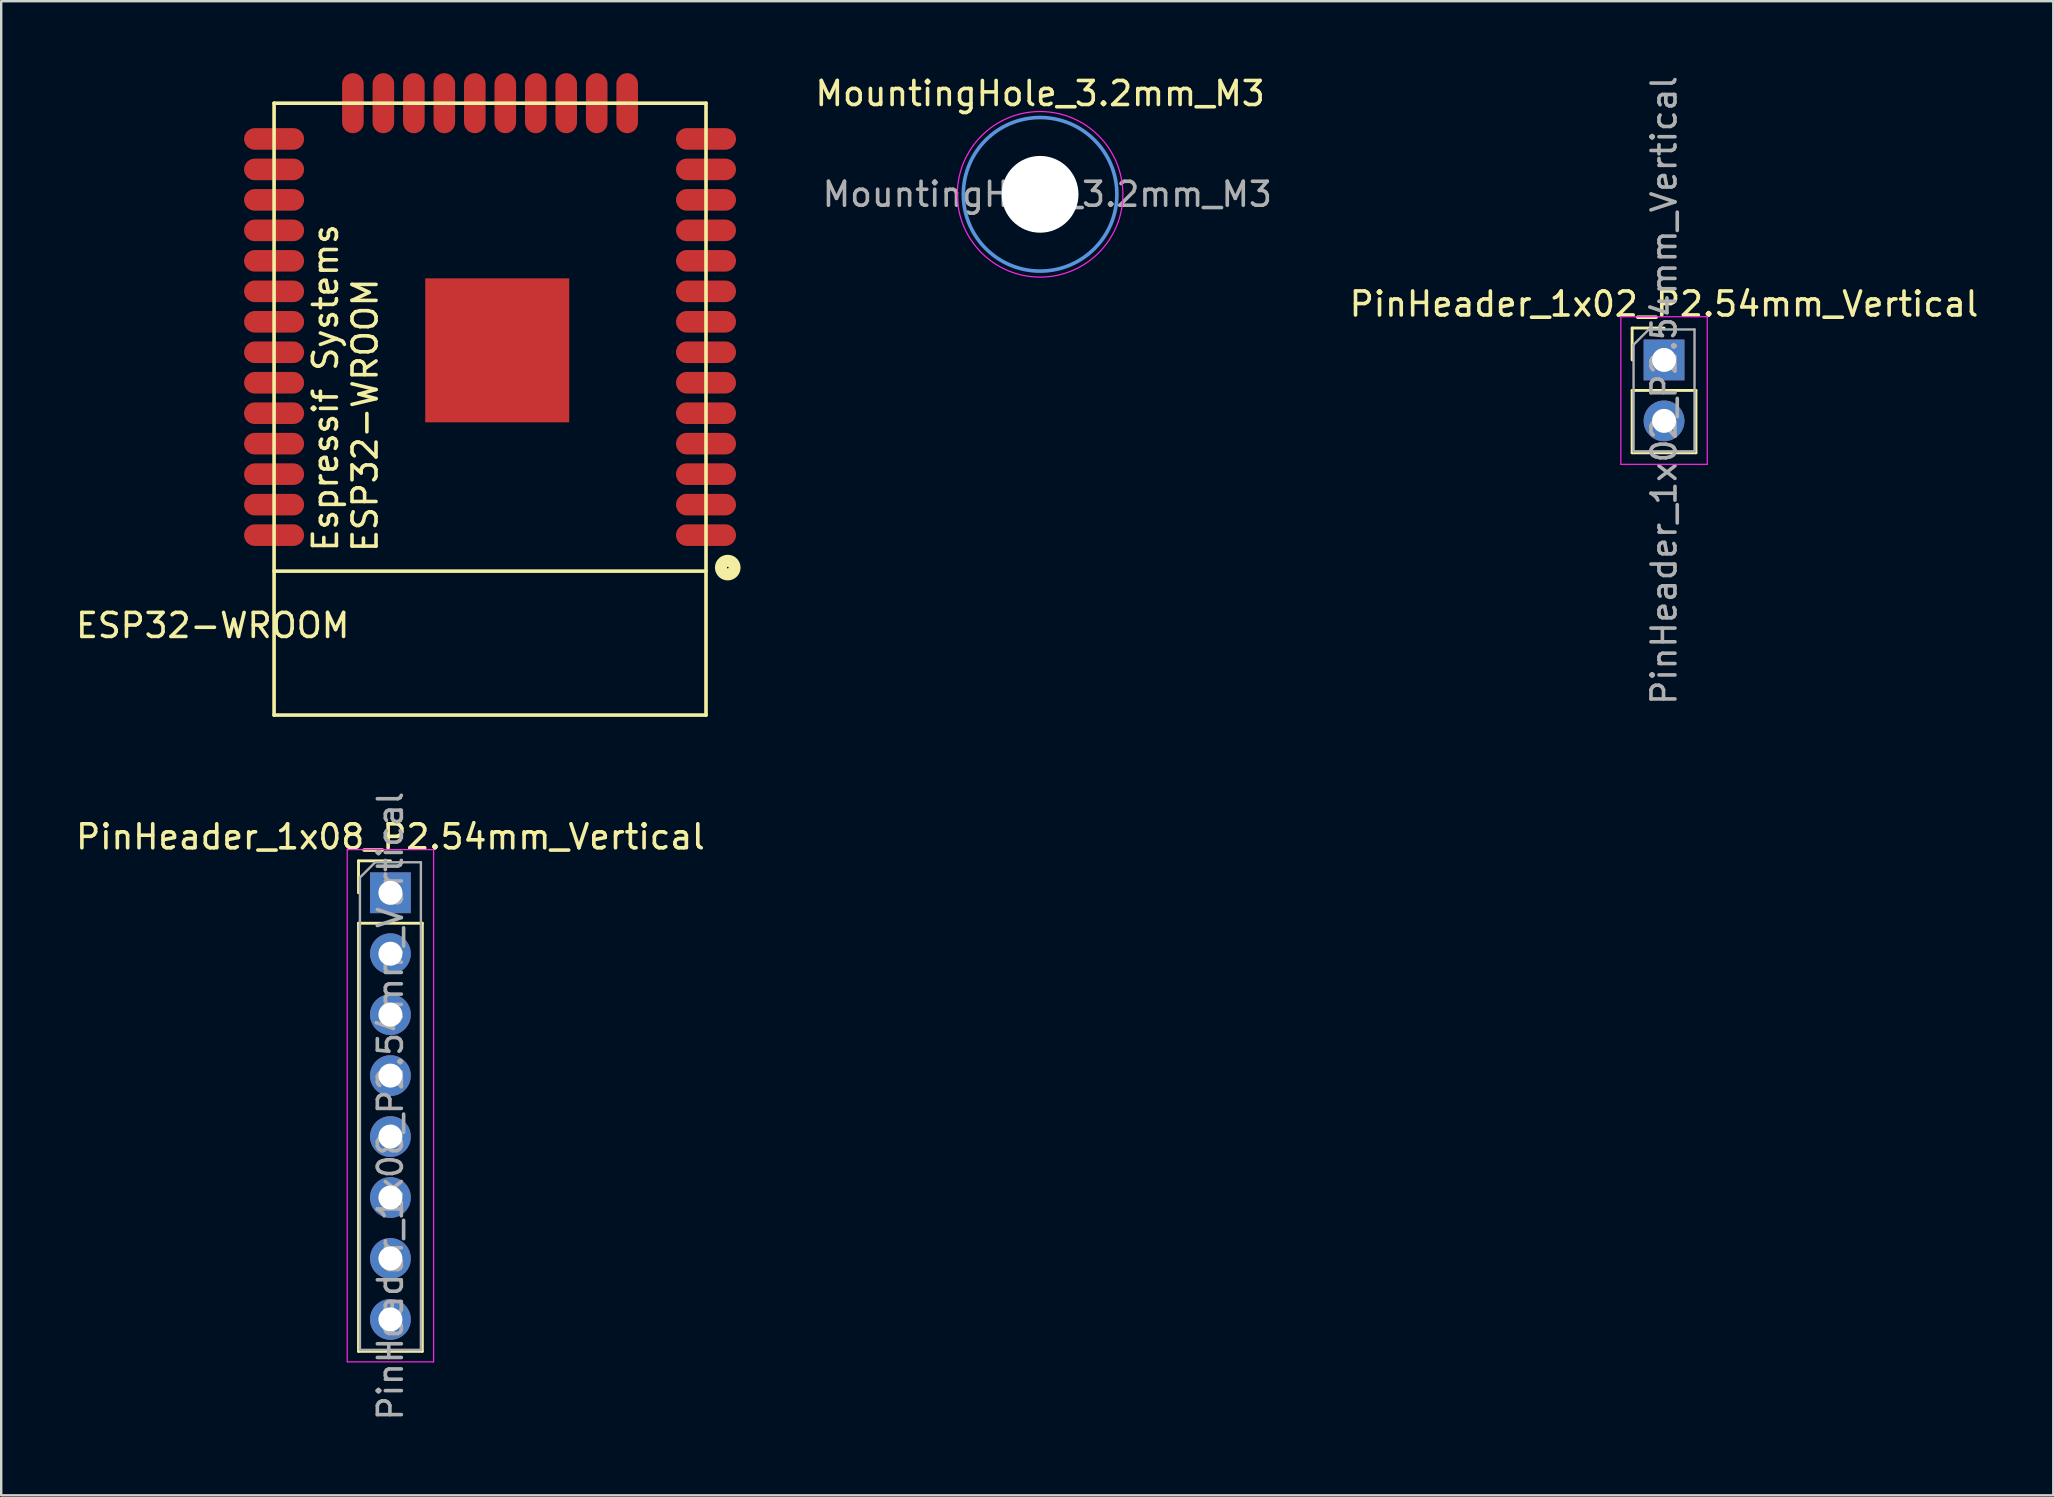
<source format=kicad_pcb>
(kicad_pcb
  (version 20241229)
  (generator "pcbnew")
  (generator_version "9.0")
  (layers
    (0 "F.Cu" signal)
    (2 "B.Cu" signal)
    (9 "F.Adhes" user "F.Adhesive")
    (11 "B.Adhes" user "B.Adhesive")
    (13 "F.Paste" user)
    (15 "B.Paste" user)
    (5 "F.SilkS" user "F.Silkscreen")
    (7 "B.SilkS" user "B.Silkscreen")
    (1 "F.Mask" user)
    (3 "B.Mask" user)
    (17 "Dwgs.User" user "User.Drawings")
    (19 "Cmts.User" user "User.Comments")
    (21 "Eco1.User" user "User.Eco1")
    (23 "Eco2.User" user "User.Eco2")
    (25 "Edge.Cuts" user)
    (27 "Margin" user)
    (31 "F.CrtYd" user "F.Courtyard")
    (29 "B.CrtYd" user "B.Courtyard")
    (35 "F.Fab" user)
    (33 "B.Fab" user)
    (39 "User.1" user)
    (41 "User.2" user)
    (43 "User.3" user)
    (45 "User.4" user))
  (footprint "ESP32-WROOM"
    (layer "F.Cu")
    (at 17.372 14)
    (property "Reference" "ESP32-WROOM" (at -11.557 9.017 0) (layer "F.SilkS") (effects (font (size 1 1) (thickness 0.15))))
    (attr through_hole)
    (fp_line (start -9 -12.75) (end 9 -12.75) (stroke (width 0.15) (type solid)) (layer "F.SilkS"))
    (fp_line (start -9 6.75) (end 9 6.75) (stroke (width 0.15) (type solid)) (layer "F.SilkS"))
    (fp_line (start -9 12.75) (end -9 -12.75) (stroke (width 0.15) (type solid)) (layer "F.SilkS"))
    (fp_line (start -9 12.75) (end 9 12.75) (stroke (width 0.15) (type solid)) (layer "F.SilkS"))
    (fp_line (start 9 12.75) (end 9 -12.75) (stroke (width 0.15) (type solid)) (layer "F.SilkS"))
    (fp_circle (center 9.906 6.604) (end 10.033 6.858) (stroke (width 0.5) (type solid)) (fill no) (layer "F.SilkS"))
    (fp_text user "ESP32-WROOM" (at -5.207 0.254 90) (layer "F.SilkS") (effects (font (size 1 1) (thickness 0.15))))
    (fp_text user "Espressif Systems" (at -6.858 -0.889 90) (layer "F.SilkS") (effects (font (size 1 1) (thickness 0.15))))
    (pad "1" smd oval (at 9 5.25) (size 2.5 0.9) (layers "F.Cu" "F.Mask" "F.Paste"))
    (pad "2" smd oval (at 9 3.98) (size 2.5 0.9) (layers "F.Cu" "F.Mask" "F.Paste"))
    (pad "3" smd oval (at 9 2.71) (size 2.5 0.9) (layers "F.Cu" "F.Mask" "F.Paste"))
    (pad "4" smd oval (at 9 1.44) (size 2.5 0.9) (layers "F.Cu" "F.Mask" "F.Paste"))
    (pad "5" smd oval (at 9 0.17) (size 2.5 0.9) (layers "F.Cu" "F.Mask" "F.Paste"))
    (pad "6" smd oval (at 9 -1.1) (size 2.5 0.9) (layers "F.Cu" "F.Mask" "F.Paste"))
    (pad "7" smd oval (at 9 -2.37) (size 2.5 0.9) (layers "F.Cu" "F.Mask" "F.Paste"))
    (pad "8" smd oval (at 9 -3.64) (size 2.5 0.9) (layers "F.Cu" "F.Mask" "F.Paste"))
    (pad "9" smd oval (at 9 -4.91) (size 2.5 0.9) (layers "F.Cu" "F.Mask" "F.Paste"))
    (pad "10" smd oval (at 9 -6.18) (size 2.5 0.9) (layers "F.Cu" "F.Mask" "F.Paste"))
    (pad "11" smd oval (at 9 -7.45) (size 2.5 0.9) (layers "F.Cu" "F.Mask" "F.Paste"))
    (pad "12" smd oval (at 9 -8.72) (size 2.5 0.9) (layers "F.Cu" "F.Mask" "F.Paste"))
    (pad "13" smd oval (at 9 -9.99) (size 2.5 0.9) (layers "F.Cu" "F.Mask" "F.Paste"))
    (pad "14" smd oval (at 9 -11.26) (size 2.5 0.9) (layers "F.Cu" "F.Mask" "F.Paste"))
    (pad "15" smd oval (at 5.715 -12.75) (size 0.9 2.5) (layers "F.Cu" "F.Mask" "F.Paste"))
    (pad "16" smd oval (at 4.445 -12.75) (size 0.9 2.5) (layers "F.Cu" "F.Mask" "F.Paste"))
    (pad "17" smd oval (at 3.175 -12.75) (size 0.9 2.5) (layers "F.Cu" "F.Mask" "F.Paste"))
    (pad "18" smd oval (at 1.905 -12.75) (size 0.9 2.5) (layers "F.Cu" "F.Mask" "F.Paste"))
    (pad "19" smd oval (at 0.635 -12.75) (size 0.9 2.5) (layers "F.Cu" "F.Mask" "F.Paste"))
    (pad "20" smd oval (at -0.635 -12.75) (size 0.9 2.5) (layers "F.Cu" "F.Mask" "F.Paste"))
    (pad "21" smd oval (at -1.905 -12.75) (size 0.9 2.5) (layers "F.Cu" "F.Mask" "F.Paste"))
    (pad "22" smd oval (at -3.175 -12.75) (size 0.9 2.5) (layers "F.Cu" "F.Mask" "F.Paste"))
    (pad "23" smd oval (at -4.445 -12.75) (size 0.9 2.5) (layers "F.Cu" "F.Mask" "F.Paste"))
    (pad "24" smd oval (at -5.715 -12.75) (size 0.9 2.5) (layers "F.Cu" "F.Mask" "F.Paste"))
    (pad "25" smd oval (at -9 -11.26) (size 2.5 0.9) (layers "F.Cu" "F.Mask" "F.Paste"))
    (pad "26" smd oval (at -9 -9.99) (size 2.5 0.9) (layers "F.Cu" "F.Mask" "F.Paste"))
    (pad "27" smd oval (at -9 -8.72) (size 2.5 0.9) (layers "F.Cu" "F.Mask" "F.Paste"))
    (pad "28" smd oval (at -9 -7.45) (size 2.5 0.9) (layers "F.Cu" "F.Mask" "F.Paste"))
    (pad "29" smd oval (at -9 -6.18) (size 2.5 0.9) (layers "F.Cu" "F.Mask" "F.Paste"))
    (pad "30" smd oval (at -9 -4.91) (size 2.5 0.9) (layers "F.Cu" "F.Mask" "F.Paste"))
    (pad "31" smd oval (at -9 -3.64) (size 2.5 0.9) (layers "F.Cu" "F.Mask" "F.Paste"))
    (pad "32" smd oval (at -9 -2.37) (size 2.5 0.9) (layers "F.Cu" "F.Mask" "F.Paste"))
    (pad "33" smd oval (at -9 -1.1) (size 2.5 0.9) (layers "F.Cu" "F.Mask" "F.Paste"))
    (pad "34" smd oval (at -9 0.17) (size 2.5 0.9) (layers "F.Cu" "F.Mask" "F.Paste"))
    (pad "35" smd oval (at -9 1.44) (size 2.5 0.9) (layers "F.Cu" "F.Mask" "F.Paste"))
    (pad "36" smd oval (at -9 2.71) (size 2.5 0.9) (layers "F.Cu" "F.Mask" "F.Paste"))
    (pad "37" smd oval (at -9 3.98) (size 2.5 0.9) (layers "F.Cu" "F.Mask" "F.Paste"))
    (pad "38" smd oval (at -9 5.25) (size 2.5 0.9) (layers "F.Cu" "F.Mask" "F.Paste"))
    (pad "39" smd rect (at 0.3 -2.45) (size 6 6) (layers "F.Cu" "F.Mask" "F.Paste")))
  (footprint "PinHeader_1x08_P2.54mm_Vertical"
    (layer "F.Cu")
    (at 13.22 34.155)
    (property "Reference" "PinHeader_1x08_P2.54mm_Vertical" (at 0 -2.33 0) (layer "F.SilkS") (effects (font (size 1 1) (thickness 0.15))))
    (attr through_hole)
    (fp_line (start -1.33 -1.33) (end 0 -1.33) (stroke (width 0.12) (type solid)) (layer "F.SilkS"))
    (fp_line (start -1.33 0) (end -1.33 -1.33) (stroke (width 0.12) (type solid)) (layer "F.SilkS"))
    (fp_line (start -1.33 1.27) (end -1.33 19.11) (stroke (width 0.12) (type solid)) (layer "F.SilkS"))
    (fp_line (start -1.33 1.27) (end 1.33 1.27) (stroke (width 0.12) (type solid)) (layer "F.SilkS"))
    (fp_line (start -1.33 19.11) (end 1.33 19.11) (stroke (width 0.12) (type solid)) (layer "F.SilkS"))
    (fp_line (start 1.33 1.27) (end 1.33 19.11) (stroke (width 0.12) (type solid)) (layer "F.SilkS"))
    (fp_line (start -1.8 -1.8) (end -1.8 19.55) (stroke (width 0.05) (type solid)) (layer "F.CrtYd"))
    (fp_line (start -1.8 19.55) (end 1.8 19.55) (stroke (width 0.05) (type solid)) (layer "F.CrtYd"))
    (fp_line (start 1.8 -1.8) (end -1.8 -1.8) (stroke (width 0.05) (type solid)) (layer "F.CrtYd"))
    (fp_line (start 1.8 19.55) (end 1.8 -1.8) (stroke (width 0.05) (type solid)) (layer "F.CrtYd"))
    (fp_line (start -1.27 -0.635) (end -0.635 -1.27) (stroke (width 0.1) (type solid)) (layer "F.Fab"))
    (fp_line (start -1.27 19.05) (end -1.27 -0.635) (stroke (width 0.1) (type solid)) (layer "F.Fab"))
    (fp_line (start -0.635 -1.27) (end 1.27 -1.27) (stroke (width 0.1) (type solid)) (layer "F.Fab"))
    (fp_line (start 1.27 -1.27) (end 1.27 19.05) (stroke (width 0.1) (type solid)) (layer "F.Fab"))
    (fp_line (start 1.27 19.05) (end -1.27 19.05) (stroke (width 0.1) (type solid)) (layer "F.Fab"))
    (fp_text user "${REFERENCE}" (at 0 8.89 90) (layer "F.Fab") (effects (font (size 1 1) (thickness 0.15))))
    (pad "1" thru_hole rect (at 0 0) (size 1.7 1.7) (drill 1) (layers "*.Cu" "*.Mask"))
    (pad "2" thru_hole oval (at 0 2.54) (size 1.7 1.7) (drill 1) (layers "*.Cu" "*.Mask"))
    (pad "3" thru_hole oval (at 0 5.08) (size 1.7 1.7) (drill 1) (layers "*.Cu" "*.Mask"))
    (pad "4" thru_hole oval (at 0 7.62) (size 1.7 1.7) (drill 1) (layers "*.Cu" "*.Mask"))
    (pad "5" thru_hole oval (at 0 10.16) (size 1.7 1.7) (drill 1) (layers "*.Cu" "*.Mask"))
    (pad "6" thru_hole oval (at 0 12.7) (size 1.7 1.7) (drill 1) (layers "*.Cu" "*.Mask"))
    (pad "7" thru_hole oval (at 0 15.24) (size 1.7 1.7) (drill 1) (layers "*.Cu" "*.Mask"))
    (pad "8" thru_hole oval (at 0 17.78) (size 1.7 1.7) (drill 1) (layers "*.Cu" "*.Mask")))
  (footprint "MountingHole_3.2mm_M3"
    (layer "F.Cu")
    (at 40.295 5.048)
    (property "Reference" "MountingHole_3.2mm_M3" (at 0 -4.2 0) (layer "F.SilkS") (effects (font (size 1 1) (thickness 0.15))))
    (attr exclude_from_pos_files exclude_from_bom)
    (fp_circle (center 0 0) (end 3.2 0) (stroke (width 0.15) (type solid)) (fill no) (layer "Cmts.User"))
    (fp_circle (center 0 0) (end 3.45 0) (stroke (width 0.05) (type solid)) (fill no) (layer "F.CrtYd"))
    (fp_text user "${REFERENCE}" (at 0.3 0 0) (layer "F.Fab") (effects (font (size 1 1) (thickness 0.15))))
    (pad "" np_thru_hole circle (at 0 0) (size 3.2 3.2) (drill 3.2) (layers "*.Cu" "*.Mask")))
  (footprint "PinHeader_1x02_P2.54mm_Vertical"
    (layer "F.Cu")
    (at 66.297 11.95)
    (property "Reference" "PinHeader_1x02_P2.54mm_Vertical" (at 0 -2.33 0) (layer "F.SilkS") (effects (font (size 1 1) (thickness 0.15))))
    (attr through_hole)
    (fp_line (start -1.33 -1.33) (end 0 -1.33) (stroke (width 0.12) (type solid)) (layer "F.SilkS"))
    (fp_line (start -1.33 0) (end -1.33 -1.33) (stroke (width 0.12) (type solid)) (layer "F.SilkS"))
    (fp_line (start -1.33 1.27) (end -1.33 3.87) (stroke (width 0.12) (type solid)) (layer "F.SilkS"))
    (fp_line (start -1.33 1.27) (end 1.33 1.27) (stroke (width 0.12) (type solid)) (layer "F.SilkS"))
    (fp_line (start -1.33 3.87) (end 1.33 3.87) (stroke (width 0.12) (type solid)) (layer "F.SilkS"))
    (fp_line (start 1.33 1.27) (end 1.33 3.87) (stroke (width 0.12) (type solid)) (layer "F.SilkS"))
    (fp_line (start -1.8 -1.8) (end -1.8 4.35) (stroke (width 0.05) (type solid)) (layer "F.CrtYd"))
    (fp_line (start -1.8 4.35) (end 1.8 4.35) (stroke (width 0.05) (type solid)) (layer "F.CrtYd"))
    (fp_line (start 1.8 -1.8) (end -1.8 -1.8) (stroke (width 0.05) (type solid)) (layer "F.CrtYd"))
    (fp_line (start 1.8 4.35) (end 1.8 -1.8) (stroke (width 0.05) (type solid)) (layer "F.CrtYd"))
    (fp_line (start -1.27 -0.635) (end -0.635 -1.27) (stroke (width 0.1) (type solid)) (layer "F.Fab"))
    (fp_line (start -1.27 3.81) (end -1.27 -0.635) (stroke (width 0.1) (type solid)) (layer "F.Fab"))
    (fp_line (start -0.635 -1.27) (end 1.27 -1.27) (stroke (width 0.1) (type solid)) (layer "F.Fab"))
    (fp_line (start 1.27 -1.27) (end 1.27 3.81) (stroke (width 0.1) (type solid)) (layer "F.Fab"))
    (fp_line (start 1.27 3.81) (end -1.27 3.81) (stroke (width 0.1) (type solid)) (layer "F.Fab"))
    (fp_text user "${REFERENCE}" (at 0 1.27 90) (layer "F.Fab") (effects (font (size 1 1) (thickness 0.15))))
    (pad "1" thru_hole rect (at 0 0) (size 1.7 1.7) (drill 1) (layers "*.Cu" "*.Mask"))
    (pad "2" thru_hole oval (at 0 2.54) (size 1.7 1.7) (drill 1) (layers "*.Cu" "*.Mask")))
  (gr_rect
    (start -3 -3)
    (end 82.517 59.265)
    (stroke (width 0.1) (type default))
    (fill no)
    (layer "Edge.Cuts")))
</source>
